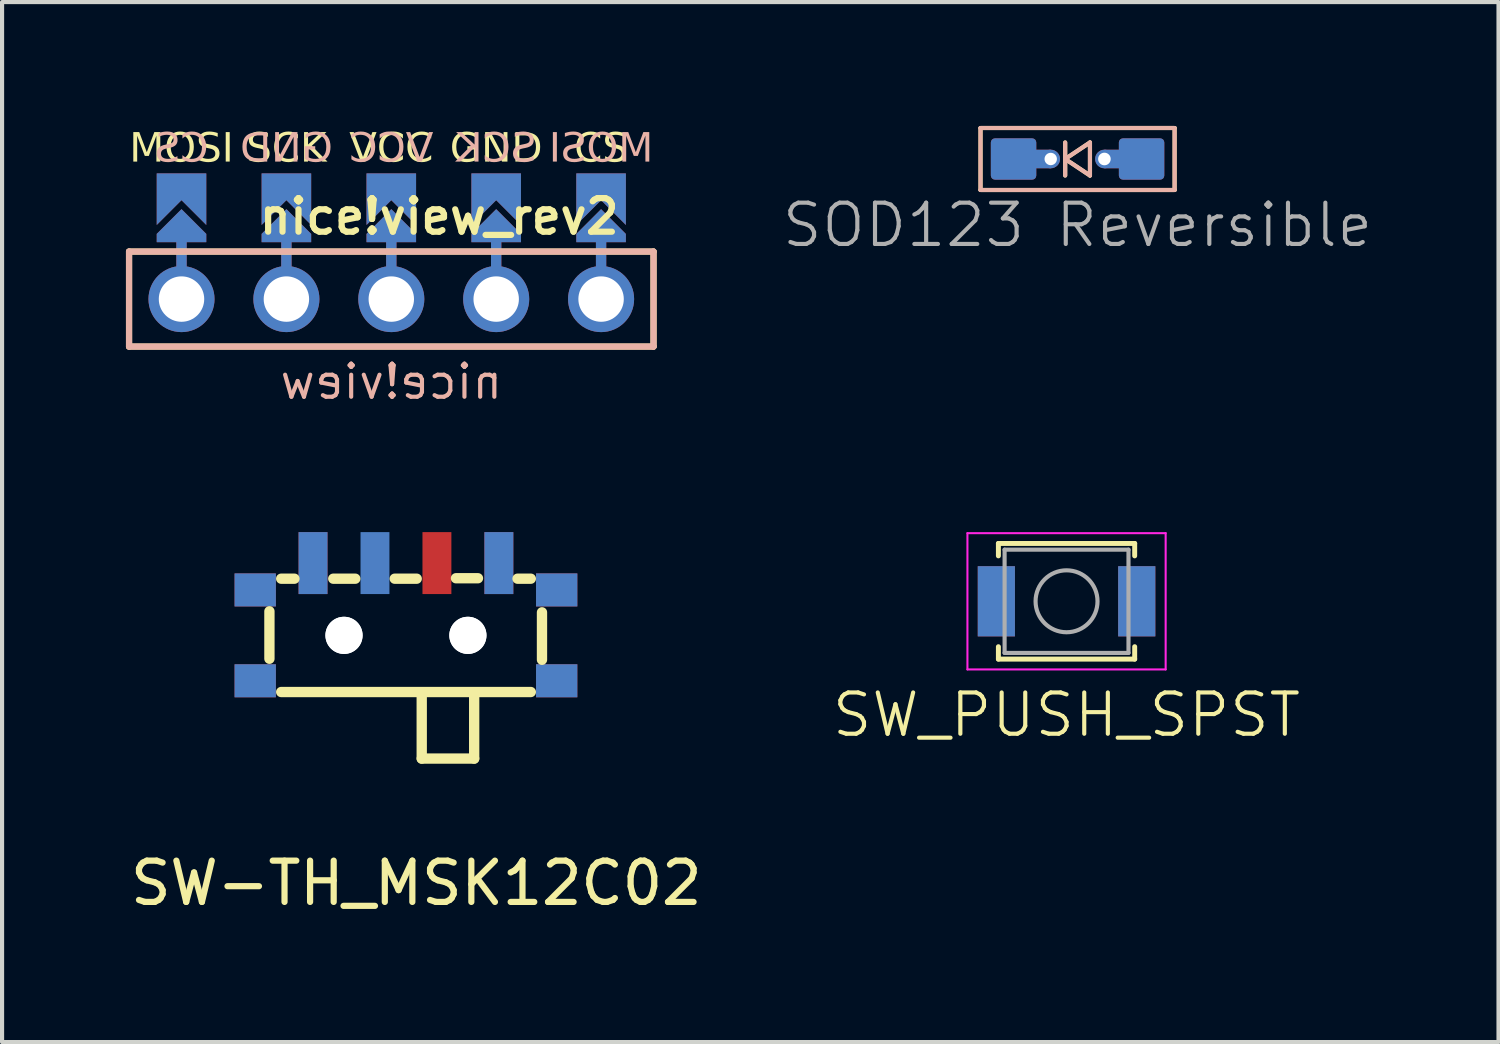
<source format=kicad_pcb>
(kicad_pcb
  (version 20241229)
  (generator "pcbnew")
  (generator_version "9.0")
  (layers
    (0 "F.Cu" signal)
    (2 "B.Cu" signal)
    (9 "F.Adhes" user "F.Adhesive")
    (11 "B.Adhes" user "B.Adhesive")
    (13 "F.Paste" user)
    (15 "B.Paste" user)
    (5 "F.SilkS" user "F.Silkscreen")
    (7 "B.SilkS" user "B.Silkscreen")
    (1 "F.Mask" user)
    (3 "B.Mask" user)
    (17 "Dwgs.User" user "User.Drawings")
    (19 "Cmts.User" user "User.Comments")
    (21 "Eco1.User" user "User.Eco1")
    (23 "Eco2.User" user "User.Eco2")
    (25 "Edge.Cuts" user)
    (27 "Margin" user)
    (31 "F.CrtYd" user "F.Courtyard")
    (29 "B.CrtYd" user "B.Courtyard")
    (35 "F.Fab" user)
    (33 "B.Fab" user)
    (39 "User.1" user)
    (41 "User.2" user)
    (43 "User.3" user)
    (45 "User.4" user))
  (footprint "nice!view_rev2"
    (layer "F.Cu")
    (at 6.425 4.192)
    (property "Reference" "nice!view_rev2" (at 1.16 -2 0) (layer "F.SilkS") (effects (font (size 0.813 0.813) (thickness 0.15))))
    (attr through_hole)
    (fp_rect (start -5.588 -2.54) (end -4.572 -1.524) (stroke (width 0.1) (type solid)) (fill yes) (layer "F.Mask"))
    (fp_rect (start -3.048 -2.54) (end -2.032 -1.524) (stroke (width 0.1) (type solid)) (fill yes) (layer "F.Mask"))
    (fp_rect (start -0.508 -2.54) (end 0.508 -1.524) (stroke (width 0.1) (type solid)) (fill yes) (layer "F.Mask"))
    (fp_rect (start 2.032 -2.54) (end 3.048 -1.524) (stroke (width 0.1) (type solid)) (fill yes) (layer "F.Mask"))
    (fp_rect (start 4.572 -2.54) (end 5.588 -1.524) (stroke (width 0.1) (type solid)) (fill yes) (layer "F.Mask"))
    (fp_rect (start -5.588 -2.54) (end -4.572 -1.524) (stroke (width 0.1) (type solid)) (fill yes) (layer "B.Mask"))
    (fp_rect (start -3.048 -2.54) (end -2.032 -1.524) (stroke (width 0.1) (type solid)) (fill yes) (layer "B.Mask"))
    (fp_rect (start -0.508 -2.54) (end 0.508 -1.524) (stroke (width 0.1) (type solid)) (fill yes) (layer "B.Mask"))
    (fp_rect (start 2.032 -2.54) (end 3.048 -1.524) (stroke (width 0.1) (type solid)) (fill yes) (layer "B.Mask"))
    (fp_rect (start 4.572 -2.54) (end 5.588 -1.524) (stroke (width 0.1) (type solid)) (fill yes) (layer "B.Mask"))
    (fp_line (start -6.35 -1.15) (end 6.35 -1.15) (stroke (width 0.15) (type solid)) (layer "F.SilkS"))
    (fp_line (start -6.35 1.15) (end -6.35 -1.15) (stroke (width 0.15) (type solid)) (layer "F.SilkS"))
    (fp_line (start -6.35 1.15) (end 6.35 1.15) (stroke (width 0.15) (type solid)) (layer "F.SilkS"))
    (fp_line (start 6.35 -1.15) (end 6.35 1.15) (stroke (width 0.15) (type solid)) (layer "F.SilkS"))
    (fp_line (start -6.35 -1.15) (end 6.35 -1.15) (stroke (width 0.15) (type solid)) (layer "B.SilkS"))
    (fp_line (start -6.35 1.15) (end -6.35 -1.15) (stroke (width 0.15) (type solid)) (layer "B.SilkS"))
    (fp_line (start 6.35 -1.15) (end 6.35 1.15) (stroke (width 0.15) (type solid)) (layer "B.SilkS"))
    (fp_line (start 6.35 1.15) (end -6.35 1.15) (stroke (width 0.15) (type solid)) (layer "B.SilkS"))
    (fp_text user "CS" (at 5.08 -3.62 180) (layer "F.SilkS") (effects (font (face "JetBrainsMono NF Medium") (size 0.7 0.7) (thickness 0.08))))
    (fp_text user "VCC" (at 0 -3.62 180) (layer "F.SilkS") (effects (font (face "JetBrainsMono NF Medium") (size 0.7 0.7) (thickness 0.08))))
    (fp_text user "GND" (at 2.54 -3.62 180) (layer "F.SilkS") (effects (font (face "JetBrainsMono NF Medium") (size 0.7 0.7) (thickness 0.08))))
    (fp_text user "SCK" (at -2.54 -3.62 180) (layer "F.SilkS") (effects (font (face "JetBrainsMono NF Medium") (size 0.7 0.7) (thickness 0.08))))
    (fp_text user "MOSI" (at -5.08 -3.62 180) (layer "F.SilkS") (effects (font (face "JetBrainsMono NF Medium") (size 0.7 0.7) (thickness 0.08))))
    (fp_text user "SCK" (at 2.54 -3.62 180) (layer "B.SilkS") (effects (font (face "JetBrainsMono NF Medium") (size 0.7 0.7) (thickness 0.08)) (justify mirror)))
    (fp_text user "GND" (at -2.54 -3.62 180) (layer "B.SilkS") (effects (font (face "JetBrainsMono NF Medium") (size 0.7 0.7) (thickness 0.08)) (justify mirror)))
    (fp_text user "CS" (at -5.08 -3.62 180) (layer "B.SilkS") (effects (font (face "JetBrainsMono NF Medium") (size 0.7 0.7) (thickness 0.08)) (justify mirror)))
    (fp_text user "VCC" (at 0 -3.62 180) (layer "B.SilkS") (effects (font (face "JetBrainsMono NF Medium") (size 0.7 0.7) (thickness 0.08)) (justify mirror)))
    (fp_text user "MOSI" (at 5.08 -3.62 180) (layer "B.SilkS") (effects (font (face "JetBrainsMono NF Medium") (size 0.7 0.7) (thickness 0.08)) (justify mirror)))
    (fp_text user "nice!view" (at 0 2 0) (unlocked yes) (layer "B.SilkS") (effects (font (size 0.8 0.8) (thickness 0.1)) (justify mirror)))
    (pad "" smd custom (at -5.08 -1.778 180) (size 0.1 0.1) (layers "F.Cu" "F.Mask") (options (anchor rect)) (primitives (gr_poly (pts (xy 0.6 -0.2) (xy 0 0.4) (xy -0.6 -0.2) (xy -0.6 -0.4) (xy 0.6 -0.4)) (width 0) (fill yes))))
    (pad "" smd custom (at -5.08 -1.778 180) (size 0.1 0.1) (layers "B.Cu" "B.Mask") (options (anchor rect)) (primitives (gr_poly (pts (xy 0.6 -0.2) (xy 0 0.4) (xy -0.6 -0.2) (xy -0.6 -0.4) (xy 0.6 -0.4)) (width 0) (fill yes))))
    (pad "" smd custom (at -5.08 -1.27 180) (size 0.25 1) (layers "F.Cu") (options (anchor rect)) (primitives))
    (pad "" smd custom (at -5.08 -1.27 180) (size 0.25 1) (layers "B.Cu") (options (anchor rect)) (primitives))
    (pad "" thru_hole circle (at -5.08 0) (size 1.6 1.6) (drill 1.1) (layers "*.Cu" "*.Mask"))
    (pad "" smd custom (at -2.54 -1.778 180) (size 0.1 0.1) (layers "F.Cu" "F.Mask") (options (anchor rect)) (primitives (gr_poly (pts (xy 0.6 -0.2) (xy 0 0.4) (xy -0.6 -0.2) (xy -0.6 -0.4) (xy 0.6 -0.4)) (width 0) (fill yes))))
    (pad "" smd custom (at -2.54 -1.778 180) (size 0.1 0.1) (layers "B.Cu" "B.Mask") (options (anchor rect)) (primitives (gr_poly (pts (xy 0.6 -0.2) (xy 0 0.4) (xy -0.6 -0.2) (xy -0.6 -0.4) (xy 0.6 -0.4)) (width 0) (fill yes))))
    (pad "" smd custom (at -2.54 -1.27 180) (size 0.25 1) (layers "F.Cu") (options (anchor rect)) (primitives))
    (pad "" smd custom (at -2.54 -1.27 180) (size 0.25 1) (layers "B.Cu") (options (anchor rect)) (primitives))
    (pad "" thru_hole circle (at -2.54 0) (size 1.6 1.6) (drill 1.1) (layers "*.Cu" "*.Mask"))
    (pad "" smd custom (at 0 -1.778 180) (size 0.1 0.1) (layers "F.Cu" "F.Mask") (options (anchor rect)) (primitives (gr_poly (pts (xy 0.6 -0.2) (xy 0 0.4) (xy -0.6 -0.2) (xy -0.6 -0.4) (xy 0.6 -0.4)) (width 0) (fill yes))))
    (pad "" smd custom (at 0 -1.778 180) (size 0.1 0.1) (layers "B.Cu" "B.Mask") (options (anchor rect)) (primitives (gr_poly (pts (xy 0.6 -0.2) (xy 0 0.4) (xy -0.6 -0.2) (xy -0.6 -0.4) (xy 0.6 -0.4)) (width 0) (fill yes))))
    (pad "" smd custom (at 0 -1.27 180) (size 0.25 1) (layers "F.Cu") (options (anchor rect)) (primitives))
    (pad "" smd custom (at 0 -1.27 180) (size 0.25 1) (layers "B.Cu") (options (anchor rect)) (primitives))
    (pad "" thru_hole circle (at 0 0) (size 1.6 1.6) (drill 1.1) (layers "*.Cu" "*.Mask"))
    (pad "" smd custom (at 2.54 -1.778 180) (size 0.1 0.1) (layers "F.Cu" "F.Mask") (options (anchor rect)) (primitives (gr_poly (pts (xy 0.6 -0.2) (xy 0 0.4) (xy -0.6 -0.2) (xy -0.6 -0.4) (xy 0.6 -0.4)) (width 0) (fill yes))))
    (pad "" smd custom (at 2.54 -1.778 180) (size 0.1 0.1) (layers "B.Cu" "B.Mask") (options (anchor rect)) (primitives (gr_poly (pts (xy 0.6 -0.2) (xy 0 0.4) (xy -0.6 -0.2) (xy -0.6 -0.4) (xy 0.6 -0.4)) (width 0) (fill yes))))
    (pad "" smd custom (at 2.54 -1.27 180) (size 0.25 1) (layers "F.Cu") (options (anchor rect)) (primitives))
    (pad "" smd custom (at 2.54 -1.27 180) (size 0.25 1) (layers "B.Cu") (options (anchor rect)) (primitives))
    (pad "" thru_hole circle (at 2.54 0) (size 1.6 1.6) (drill 1.1) (layers "*.Cu" "*.Mask"))
    (pad "" smd custom (at 5.08 -1.778 180) (size 0.1 0.1) (layers "F.Cu" "F.Mask") (options (anchor rect)) (primitives (gr_poly (pts (xy 0.6 -0.2) (xy 0 0.4) (xy -0.6 -0.2) (xy -0.6 -0.4) (xy 0.6 -0.4)) (width 0) (fill yes))))
    (pad "" smd custom (at 5.08 -1.778 180) (size 0.1 0.1) (layers "B.Cu" "B.Mask") (options (anchor rect)) (primitives (gr_poly (pts (xy 0.6 -0.2) (xy 0 0.4) (xy -0.6 -0.2) (xy -0.6 -0.4) (xy 0.6 -0.4)) (width 0) (fill yes))))
    (pad "" smd custom (at 5.08 -1.27 180) (size 0.25 1) (layers "F.Cu") (options (anchor rect)) (primitives))
    (pad "" smd custom (at 5.08 -1.27 180) (size 0.25 1) (layers "B.Cu") (options (anchor rect)) (primitives))
    (pad "" thru_hole circle (at 5.08 0) (size 1.6 1.6) (drill 1.1) (layers "*.Cu" "*.Mask"))
    (pad "1" smd custom (at -5.08 -2.794 180) (size 1.2 0.5) (layers "F.Cu" "F.Mask") (options (anchor rect)) (primitives (gr_poly (pts (xy 0.6 0) (xy -0.6 0) (xy -0.6 -1) (xy 0 -0.4) (xy 0.6 -1)) (width 0) (fill yes))))
    (pad "1" smd custom (at 5.08 -2.794 180) (size 1.2 0.5) (layers "B.Cu" "B.Mask") (options (anchor rect)) (primitives (gr_poly (pts (xy 0.6 0) (xy -0.6 0) (xy -0.6 -1) (xy 0 -0.4) (xy 0.6 -1)) (width 0) (fill yes))))
    (pad "2" smd custom (at -2.54 -2.794 180) (size 1.2 0.5) (layers "F.Cu" "F.Mask") (options (anchor rect)) (primitives (gr_poly (pts (xy 0.6 0) (xy -0.6 0) (xy -0.6 -1) (xy 0 -0.4) (xy 0.6 -1)) (width 0) (fill yes))))
    (pad "2" smd custom (at 2.54 -2.794 180) (size 1.2 0.5) (layers "B.Cu" "B.Mask") (options (anchor rect)) (primitives (gr_poly (pts (xy 0.6 0) (xy -0.6 0) (xy -0.6 -1) (xy 0 -0.4) (xy 0.6 -1)) (width 0) (fill yes))))
    (pad "3" smd custom (at 0.000001 -2.794 180) (size 1.2 0.5) (layers "F.Cu" "F.Mask") (options (anchor rect)) (primitives (gr_poly (pts (xy 0.6 0) (xy -0.6 0) (xy -0.6 -1) (xy 0 -0.4) (xy 0.6 -1)) (width 0) (fill yes))))
    (pad "3" smd custom (at 0.000001 -2.794 180) (size 1.2 0.5) (layers "B.Cu" "B.Mask") (options (anchor rect)) (primitives (gr_poly (pts (xy 0.6 0) (xy -0.6 0) (xy -0.6 -1) (xy 0 -0.4) (xy 0.6 -1)) (width 0) (fill yes))))
    (pad "4" smd custom (at -2.54 -2.794 180) (size 1.2 0.5) (layers "B.Cu" "B.Mask") (options (anchor rect)) (primitives (gr_poly (pts (xy 0.6 0) (xy -0.6 0) (xy -0.6 -1) (xy 0 -0.4) (xy 0.6 -1)) (width 0) (fill yes))))
    (pad "4" smd custom (at 2.54 -2.794 180) (size 1.2 0.5) (layers "F.Cu" "F.Mask") (options (anchor rect)) (primitives (gr_poly (pts (xy 0.6 0) (xy -0.6 0) (xy -0.6 -1) (xy 0 -0.4) (xy 0.6 -1)) (width 0) (fill yes))))
    (pad "5" smd custom (at -5.08 -2.794 180) (size 1.2 0.5) (layers "B.Cu" "B.Mask") (options (anchor rect)) (primitives (gr_poly (pts (xy 0.6 0) (xy -0.6 0) (xy -0.6 -1) (xy 0 -0.4) (xy 0.6 -1)) (width 0) (fill yes))))
    (pad "5" smd custom (at 5.08 -2.794 180) (size 1.2 0.5) (layers "F.Cu" "F.Mask") (options (anchor rect)) (primitives (gr_poly (pts (xy 0.6 0) (xy -0.6 0) (xy -0.6 -1) (xy 0 -0.4) (xy 0.6 -1)) (width 0) (fill yes)))))
  (footprint "SW-TH_MSK12C02"
    (layer "F.Cu")
    (at 6.78 12.335)
    (property "Reference" "SW-TH_MSK12C02" (at 0.25 6 0) (layer "F.SilkS") (effects (font (size 1 1) (thickness 0.15))))
    (attr smd)
    (fp_rect (start -4.1 -1.45) (end -3.2 -0.75) (stroke (width 0.1) (type solid)) (fill yes) (layer "F.Mask"))
    (fp_rect (start -4.1 0.75) (end -3.2 1.45) (stroke (width 0.1) (type solid)) (fill yes) (layer "F.Mask"))
    (fp_rect (start -2.55 -2.45) (end -1.95 -1.05) (stroke (width 0.1) (type solid)) (fill yes) (layer "F.Mask"))
    (fp_rect (start 0.45 -2.45) (end 1.05 -1.05) (stroke (width 0.1) (type solid)) (fill yes) (layer "F.Mask"))
    (fp_rect (start 1.95 -2.45) (end 2.55 -1.05) (stroke (width 0.1) (type solid)) (fill yes) (layer "F.Mask"))
    (fp_rect (start 3.2 -1.45) (end 4.1 -0.75) (stroke (width 0.1) (type solid)) (fill yes) (layer "F.Mask"))
    (fp_rect (start 3.2 0.75) (end 4.1 1.45) (stroke (width 0.1) (type solid)) (fill yes) (layer "F.Mask"))
    (fp_rect (start -4.1 -1.45) (end -3.2 -0.75) (stroke (width 0.1) (type solid)) (fill yes) (layer "B.Mask"))
    (fp_rect (start -4.1 0.75) (end -3.2 1.45) (stroke (width 0.1) (type solid)) (fill yes) (layer "B.Mask"))
    (fp_rect (start -2.55 -2.45) (end -1.95 -1.05) (stroke (width 0.1) (type solid)) (fill yes) (layer "B.Mask"))
    (fp_rect (start -1.05 -2.45) (end -0.45 -1.05) (stroke (width 0.1) (type solid)) (fill yes) (layer "B.Mask"))
    (fp_rect (start 1.95 -2.45) (end 2.55 -1.05) (stroke (width 0.1) (type solid)) (fill yes) (layer "B.Mask"))
    (fp_rect (start 3.2 -1.45) (end 4.1 -0.75) (stroke (width 0.1) (type solid)) (fill yes) (layer "B.Mask"))
    (fp_rect (start 3.2 0.75) (end 4.1 1.45) (stroke (width 0.1) (type solid)) (fill yes) (layer "B.Mask"))
    (fp_line (start -3.306 -0.583) (end -3.306 0.567) (stroke (width 0.25) (type solid)) (layer "F.SilkS"))
    (fp_line (start -3.021 -1.372) (end -2.7 -1.372) (stroke (width 0.25) (type solid)) (layer "F.SilkS"))
    (fp_line (start -3.021 1.372) (end 3.024 1.372) (stroke (width 0.25) (type solid)) (layer "F.SilkS"))
    (fp_line (start -1.76 -1.372) (end -1.226 -1.372) (stroke (width 0.25) (type solid)) (layer "F.SilkS"))
    (fp_line (start -0.272 -1.372) (end 0.261 -1.372) (stroke (width 0.25) (type solid)) (layer "F.SilkS"))
    (fp_line (start 0.382 1.384) (end 0.382 2.984) (stroke (width 0.25) (type solid)) (layer "F.SilkS"))
    (fp_line (start 0.382 2.984) (end 1.652 2.984) (stroke (width 0.25) (type solid)) (layer "F.SilkS"))
    (fp_line (start 1.211 -1.383) (end 1.744 -1.383) (stroke (width 0.25) (type solid)) (layer "F.SilkS"))
    (fp_line (start 1.652 2.984) (end 1.652 1.384) (stroke (width 0.25) (type solid)) (layer "F.SilkS"))
    (fp_line (start 2.702 -1.372) (end 3.024 -1.372) (stroke (width 0.25) (type solid)) (layer "F.SilkS"))
    (fp_line (start 3.294 -0.558) (end 3.294 0.592) (stroke (width 0.25) (type solid)) (layer "F.SilkS"))
    (pad "" smd rect (at -3.65 -1.1) (size 1 0.8) (layers "F.Cu"))
    (pad "" smd rect (at -3.65 -1.1 180) (size 1 0.8) (layers "B.Cu"))
    (pad "" smd rect (at -3.65 1.1) (size 1 0.8) (layers "F.Cu"))
    (pad "" smd rect (at -3.65 1.1 180) (size 1 0.8) (layers "B.Cu"))
    (pad "" np_thru_hole circle (at -1.5 0 180) (size 0.9 0.9) (drill 0.9) (layers "*.Cu" "*.Mask"))
    (pad "" np_thru_hole circle (at -1.5 0) (size 0.9 0.9) (drill 0.9) (layers "*.Cu" "*.Mask"))
    (pad "" np_thru_hole circle (at 1.5 0) (size 0.9 0.9) (drill 0.9) (layers "*.Cu" "*.Mask"))
    (pad "" np_thru_hole circle (at 1.5 0 180) (size 0.9 0.9) (drill 0.9) (layers "*.Cu" "*.Mask"))
    (pad "" smd rect (at 3.65 -1.1) (size 1 0.8) (layers "F.Cu"))
    (pad "" smd rect (at 3.65 -1.1 180) (size 1 0.8) (layers "B.Cu"))
    (pad "" smd rect (at 3.65 1.1) (size 1 0.8) (layers "F.Cu"))
    (pad "" smd rect (at 3.65 1.1 180) (size 1 0.8) (layers "B.Cu"))
    (pad "1" smd rect (at -2.25 -1.75) (size 0.7 1.5) (layers "F.Cu"))
    (pad "1" smd rect (at 2.25 -1.75 180) (size 0.7 1.5) (layers "B.Cu"))
    (pad "2" smd rect (at -0.75 -1.75 180) (size 0.7 1.5) (layers "B.Cu"))
    (pad "2" smd rect (at 0.75 -1.75) (size 0.7 1.5) (layers "F.Cu"))
    (pad "3" smd rect (at -2.25 -1.75 180) (size 0.7 1.5) (layers "B.Cu"))
    (pad "3" smd rect (at 2.25 -1.75) (size 0.7 1.5) (layers "F.Cu")))
  (footprint "SW_PUSH_SPST"
    (layer "F.Cu")
    (at 22.776 11.51)
    (property "Reference" "SW_PUSH_SPST" (at 0 2.75 0) (unlocked yes) (layer "F.SilkS") (effects (font (size 1 1) (thickness 0.1))))
    (attr smd)
    (fp_line (start -1.65 -1.4) (end 1.65 -1.4) (stroke (width 0.12) (type solid)) (layer "F.SilkS"))
    (fp_line (start -1.65 -1.1) (end -1.65 -1.4) (stroke (width 0.12) (type solid)) (layer "F.SilkS"))
    (fp_line (start -1.65 1.1) (end -1.65 1.4) (stroke (width 0.12) (type solid)) (layer "F.SilkS"))
    (fp_line (start -1.65 1.4) (end 1.65 1.4) (stroke (width 0.12) (type solid)) (layer "F.SilkS"))
    (fp_line (start 1.65 -1.4) (end 1.65 -1.1) (stroke (width 0.12) (type solid)) (layer "F.SilkS"))
    (fp_line (start 1.65 1.4) (end 1.65 1.1) (stroke (width 0.12) (type solid)) (layer "F.SilkS"))
    (fp_line (start -2.4 -1.65) (end -2.4 1.65) (stroke (width 0.05) (type solid)) (layer "F.CrtYd"))
    (fp_line (start -2.4 1.65) (end 2.4 1.65) (stroke (width 0.05) (type solid)) (layer "F.CrtYd"))
    (fp_line (start 2.4 -1.65) (end -2.4 -1.65) (stroke (width 0.05) (type solid)) (layer "F.CrtYd"))
    (fp_line (start 2.4 1.65) (end 2.4 -1.65) (stroke (width 0.05) (type solid)) (layer "F.CrtYd"))
    (fp_line (start -1.5 -1.25) (end 1.5 -1.25) (stroke (width 0.1) (type solid)) (layer "F.Fab"))
    (fp_line (start -1.5 1.25) (end -1.5 -1.25) (stroke (width 0.1) (type solid)) (layer "F.Fab"))
    (fp_line (start 1.5 -1.25) (end 1.5 1.25) (stroke (width 0.1) (type solid)) (layer "F.Fab"))
    (fp_line (start 1.5 1.25) (end -1.5 1.25) (stroke (width 0.1) (type solid)) (layer "F.Fab"))
    (fp_circle (center 0 0) (end 0.75 0) (stroke (width 0.1) (type solid)) (fill no) (layer "F.Fab"))
    (pad "1" smd rect (at -1.7 0) (size 0.9 1.7) (layers "F.Cu" "F.Mask" "F.Paste"))
    (pad "1" smd rect (at -1.7 0) (size 0.9 1.7) (layers "B.Cu" "B.Mask" "B.Paste"))
    (pad "2" smd rect (at 1.7 0) (size 0.9 1.7) (layers "F.Cu" "F.Mask" "F.Paste"))
    (pad "2" smd rect (at 1.7 0) (size 0.9 1.7) (layers "B.Cu" "B.Mask" "B.Paste")))
  (footprint "SOD123 Reversible"
    (layer "F.Cu")
    (at 23.043 0.8)
    (property "Reference" "SOD123 Reversible" (at 0 1.6 0) (unlocked yes) (layer "F.Fab") (effects (font (size 1 1) (thickness 0.1))))
    (attr smd)
    (fp_line (start -2.35 -0.75) (end 2.35 -0.75) (stroke (width 0.1) (type default)) (layer "F.SilkS"))
    (fp_line (start -2.35 0.75) (end -2.35 -0.75) (stroke (width 0.1) (type default)) (layer "F.SilkS"))
    (fp_line (start -2.35 0.75) (end 2.35 0.75) (stroke (width 0.1) (type default)) (layer "F.SilkS"))
    (fp_line (start -0.3 0.4) (end -0.3 -0.4) (stroke (width 0.1) (type default)) (layer "F.SilkS"))
    (fp_line (start 0.3 -0.4) (end -0.3 0) (stroke (width 0.1) (type default)) (layer "F.SilkS"))
    (fp_line (start 0.3 -0.4) (end 0.3 0.4) (stroke (width 0.1) (type default)) (layer "F.SilkS"))
    (fp_line (start 0.3 0.4) (end -0.3 0) (stroke (width 0.1) (type default)) (layer "F.SilkS"))
    (fp_line (start 2.35 0.75) (end 2.35 -0.75) (stroke (width 0.1) (type default)) (layer "F.SilkS"))
    (fp_line (start -2.35 -0.75) (end -2.35 0.75) (stroke (width 0.1) (type default)) (layer "B.SilkS"))
    (fp_line (start -2.35 -0.75) (end 2.35 -0.75) (stroke (width 0.1) (type default)) (layer "B.SilkS"))
    (fp_line (start -2.35 0.75) (end 2.35 0.75) (stroke (width 0.1) (type default)) (layer "B.SilkS"))
    (fp_line (start -0.3 -0.4) (end -0.3 0.4) (stroke (width 0.1) (type default)) (layer "B.SilkS"))
    (fp_line (start 0.3 -0.4) (end -0.3 0) (stroke (width 0.1) (type default)) (layer "B.SilkS"))
    (fp_line (start 0.3 0.4) (end -0.3 0) (stroke (width 0.1) (type default)) (layer "B.SilkS"))
    (fp_line (start 0.3 0.4) (end 0.3 -0.4) (stroke (width 0.1) (type default)) (layer "B.SilkS"))
    (fp_line (start 2.35 -0.75) (end 2.35 0.75) (stroke (width 0.1) (type default)) (layer "B.SilkS"))
    (pad "1" smd custom (at -1.55 0) (size 1 1) (layers "F.Cu" "F.Mask" "F.Paste") (options (anchor circle)) (primitives (gr_rect (start 0.4 -0.225) (end 0.9 0.225) (width 0) (fill yes)) (gr_poly (pts (xy -0.55 -0.4) (xy -0.542 -0.438) (xy -0.521 -0.471) (xy -0.488 -0.492) (xy -0.45 -0.5) (xy 0.45 -0.5) (xy 0.488 -0.492) (xy 0.521 -0.471) (xy 0.542 -0.438) (xy 0.55 -0.4) (xy 0.55 0.4) (xy 0.542 0.438) (xy 0.521 0.471) (xy 0.488 0.492) (xy 0.45 0.5) (xy -0.45 0.5) (xy -0.488 0.492) (xy -0.521 0.471) (xy -0.542 0.438) (xy -0.55 0.4)) (width 0) (fill yes))))
    (pad "1" smd custom (at -1.55 0 180) (size 1 1) (layers "B.Cu" "B.Mask" "B.Paste") (options (anchor circle)) (primitives (gr_rect (start -0.9 -0.225) (end -0.4 0.225) (width 0) (fill yes)) (gr_poly (pts (xy 0.55 -0.4) (xy 0.542 -0.438) (xy 0.521 -0.471) (xy 0.488 -0.492) (xy 0.45 -0.5) (xy -0.45 -0.5) (xy -0.488 -0.492) (xy -0.521 -0.471) (xy -0.542 -0.438) (xy -0.55 -0.4) (xy -0.55 0.4) (xy -0.542 0.438) (xy -0.521 0.471) (xy -0.488 0.492) (xy -0.45 0.5) (xy 0.45 0.5) (xy 0.488 0.492) (xy 0.521 0.471) (xy 0.542 0.438) (xy 0.55 0.4)) (width 0) (fill yes))))
    (pad "1" thru_hole circle (at -0.65 0 270) (size 0.45 0.45) (drill 0.3) (layers "*.Cu" "*.Mask"))
    (pad "2" thru_hole circle (at 0.65 0 90) (size 0.45 0.45) (drill 0.305) (layers "*.Cu" "*.Mask"))
    (pad "2" smd custom (at 1.55 0 180) (size 1 1) (layers "F.Cu" "F.Mask" "F.Paste") (options (anchor circle)) (primitives (gr_rect (start 0.4 -0.225) (end 0.9 0.225) (width 0) (fill yes)) (gr_poly (pts (xy -0.55 -0.4) (xy -0.542 -0.438) (xy -0.521 -0.471) (xy -0.488 -0.492) (xy -0.45 -0.5) (xy 0.45 -0.5) (xy 0.488 -0.492) (xy 0.521 -0.471) (xy 0.542 -0.438) (xy 0.55 -0.4) (xy 0.55 0.4) (xy 0.542 0.438) (xy 0.521 0.471) (xy 0.488 0.492) (xy 0.45 0.5) (xy -0.45 0.5) (xy -0.488 0.492) (xy -0.521 0.471) (xy -0.542 0.438) (xy -0.55 0.4)) (width 0) (fill yes))))
    (pad "2" smd custom (at 1.55 0) (size 1 1) (layers "B.Cu" "B.Mask" "B.Paste") (options (anchor circle)) (primitives (gr_rect (start -0.9 -0.225) (end -0.4 0.225) (width 0) (fill yes)) (gr_poly (pts (xy 0.55 -0.4) (xy 0.542 -0.438) (xy 0.521 -0.471) (xy 0.488 -0.492) (xy 0.45 -0.5) (xy -0.45 -0.5) (xy -0.488 -0.492) (xy -0.521 -0.471) (xy -0.542 -0.438) (xy -0.55 -0.4) (xy -0.55 0.4) (xy -0.542 0.438) (xy -0.521 0.471) (xy -0.488 0.492) (xy -0.45 0.5) (xy 0.45 0.5) (xy 0.488 0.492) (xy 0.521 0.471) (xy 0.542 0.438) (xy 0.55 0.4)) (width 0) (fill yes)))))
  (gr_rect
    (start -3 -3)
    (end 33.236 22.183)
    (stroke (width 0.1) (type default))
    (fill no)
    (layer "Edge.Cuts")))
</source>
